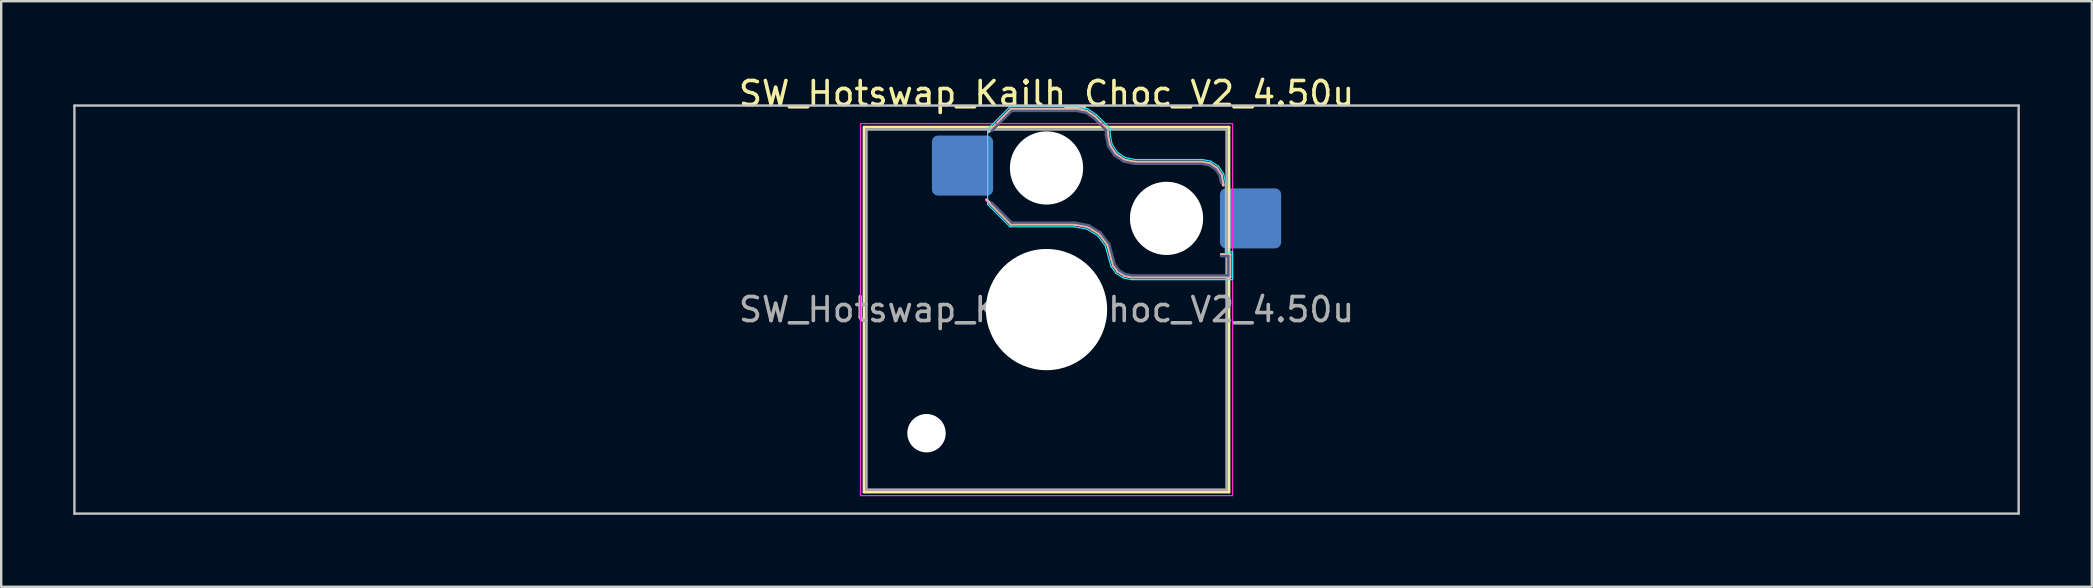
<source format=kicad_pcb>
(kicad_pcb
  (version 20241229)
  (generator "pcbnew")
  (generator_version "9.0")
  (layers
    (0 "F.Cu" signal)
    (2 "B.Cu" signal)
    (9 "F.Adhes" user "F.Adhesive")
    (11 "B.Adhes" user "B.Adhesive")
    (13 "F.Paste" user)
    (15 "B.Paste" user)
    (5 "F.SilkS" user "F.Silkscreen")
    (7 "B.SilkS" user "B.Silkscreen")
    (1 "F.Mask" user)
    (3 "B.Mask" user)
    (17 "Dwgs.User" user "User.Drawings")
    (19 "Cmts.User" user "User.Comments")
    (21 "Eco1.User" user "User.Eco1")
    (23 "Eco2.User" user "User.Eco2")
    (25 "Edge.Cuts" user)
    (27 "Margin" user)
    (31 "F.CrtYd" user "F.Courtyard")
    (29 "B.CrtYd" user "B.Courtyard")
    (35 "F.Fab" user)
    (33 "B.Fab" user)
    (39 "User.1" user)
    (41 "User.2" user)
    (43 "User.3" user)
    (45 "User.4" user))
  (footprint "SW_Hotswap_Kailh_Choc_V2_4.50u"
    (layer "F.Cu")
    (at 40.55 9.848)
    (property "Reference" "SW_Hotswap_Kailh_Choc_V2_4.50u" (at 0 -9 0) (layer "F.SilkS") (effects (font (size 1 1) (thickness 0.15))))
    (attr smd)
    (fp_line (start -7.6 -7.6) (end -7.6 7.6) (stroke (width 0.12) (type solid)) (layer "F.SilkS"))
    (fp_line (start -7.6 7.6) (end 7.6 7.6) (stroke (width 0.12) (type solid)) (layer "F.SilkS"))
    (fp_line (start 7.6 -7.6) (end -7.6 -7.6) (stroke (width 0.12) (type solid)) (layer "F.SilkS"))
    (fp_line (start 7.6 7.6) (end 7.6 -7.6) (stroke (width 0.12) (type solid)) (layer "F.SilkS"))
    (fp_line (start -2.416 -7.409) (end -1.479 -8.346) (stroke (width 0.12) (type solid)) (layer "B.SilkS"))
    (fp_line (start -1.479 -8.346) (end 1.268 -8.346) (stroke (width 0.12) (type solid)) (layer "B.SilkS"))
    (fp_line (start -1.479 -3.554) (end -2.5 -4.575) (stroke (width 0.12) (type solid)) (layer "B.SilkS"))
    (fp_line (start 1.168 -3.554) (end -1.479 -3.554) (stroke (width 0.12) (type solid)) (layer "B.SilkS"))
    (fp_line (start 1.268 -8.346) (end 1.671 -8.266) (stroke (width 0.12) (type solid)) (layer "B.SilkS"))
    (fp_line (start 1.671 -8.266) (end 2.013 -8.037) (stroke (width 0.12) (type solid)) (layer "B.SilkS"))
    (fp_line (start 1.73 -3.449) (end 1.168 -3.554) (stroke (width 0.12) (type solid)) (layer "B.SilkS"))
    (fp_line (start 2.013 -8.037) (end 2.546 -7.504) (stroke (width 0.12) (type solid)) (layer "B.SilkS"))
    (fp_line (start 2.209 -3.15) (end 1.73 -3.449) (stroke (width 0.12) (type solid)) (layer "B.SilkS"))
    (fp_line (start 2.546 -7.504) (end 2.546 -7.282) (stroke (width 0.12) (type solid)) (layer "B.SilkS"))
    (fp_line (start 2.546 -7.282) (end 2.633 -6.844) (stroke (width 0.12) (type solid)) (layer "B.SilkS"))
    (fp_line (start 2.547 -2.697) (end 2.209 -3.15) (stroke (width 0.12) (type solid)) (layer "B.SilkS"))
    (fp_line (start 2.633 -6.844) (end 2.877 -6.477) (stroke (width 0.12) (type solid)) (layer "B.SilkS"))
    (fp_line (start 2.701 -2.139) (end 2.547 -2.697) (stroke (width 0.12) (type solid)) (layer "B.SilkS"))
    (fp_line (start 2.783 -1.841) (end 2.701 -2.139) (stroke (width 0.12) (type solid)) (layer "B.SilkS"))
    (fp_line (start 2.877 -6.477) (end 3.244 -6.233) (stroke (width 0.12) (type solid)) (layer "B.SilkS"))
    (fp_line (start 2.976 -1.583) (end 2.783 -1.841) (stroke (width 0.12) (type solid)) (layer "B.SilkS"))
    (fp_line (start 3.244 -6.233) (end 3.682 -6.146) (stroke (width 0.12) (type solid)) (layer "B.SilkS"))
    (fp_line (start 3.25 -1.413) (end 2.976 -1.583) (stroke (width 0.12) (type solid)) (layer "B.SilkS"))
    (fp_line (start 3.56 -1.354) (end 3.25 -1.413) (stroke (width 0.12) (type solid)) (layer "B.SilkS"))
    (fp_line (start 3.682 -6.146) (end 6.482 -6.146) (stroke (width 0.12) (type solid)) (layer "B.SilkS"))
    (fp_line (start 6.482 -6.146) (end 6.809 -6.081) (stroke (width 0.12) (type solid)) (layer "B.SilkS"))
    (fp_line (start 6.809 -6.081) (end 7.092 -5.892) (stroke (width 0.12) (type solid)) (layer "B.SilkS"))
    (fp_line (start 7.092 -5.892) (end 7.281 -5.609) (stroke (width 0.12) (type solid)) (layer "B.SilkS"))
    (fp_line (start 7.281 -5.609) (end 7.366 -5.182) (stroke (width 0.12) (type solid)) (layer "B.SilkS"))
    (fp_line (start 7.283 -2.296) (end 7.646 -2.296) (stroke (width 0.12) (type solid)) (layer "B.SilkS"))
    (fp_line (start 7.646 -2.296) (end 7.646 -1.354) (stroke (width 0.12) (type solid)) (layer "B.SilkS"))
    (fp_line (start 7.646 -1.354) (end 3.56 -1.354) (stroke (width 0.12) (type solid)) (layer "B.SilkS"))
    (fp_line (start -40.5 -8.5) (end -40.5 8.5) (stroke (width 0.1) (type solid)) (layer "Dwgs.User"))
    (fp_line (start -40.5 8.5) (end 40.5 8.5) (stroke (width 0.1) (type solid)) (layer "Dwgs.User"))
    (fp_line (start 40.5 -8.5) (end -40.5 -8.5) (stroke (width 0.1) (type solid)) (layer "Dwgs.User"))
    (fp_line (start 40.5 8.5) (end 40.5 -8.5) (stroke (width 0.1) (type solid)) (layer "Dwgs.User"))
    (fp_line (start -7.25 -7.25) (end -7.25 7.25) (stroke (width 0.1) (type solid)) (layer "Eco1.User"))
    (fp_line (start -7.25 7.25) (end 7.25 7.25) (stroke (width 0.1) (type solid)) (layer "Eco1.User"))
    (fp_line (start 7.25 -7.25) (end -7.25 -7.25) (stroke (width 0.1) (type solid)) (layer "Eco1.User"))
    (fp_line (start 7.25 7.25) (end 7.25 -7.25) (stroke (width 0.1) (type solid)) (layer "Eco1.User"))
    (fp_line (start -2.452 -7.523) (end -1.523 -8.452) (stroke (width 0.05) (type solid)) (layer "B.CrtYd"))
    (fp_line (start -2.452 -4.377) (end -2.452 -7.523) (stroke (width 0.05) (type solid)) (layer "B.CrtYd"))
    (fp_line (start -1.523 -8.452) (end 1.278 -8.452) (stroke (width 0.05) (type solid)) (layer "B.CrtYd"))
    (fp_line (start -1.523 -3.448) (end -2.452 -4.377) (stroke (width 0.05) (type solid)) (layer "B.CrtYd"))
    (fp_line (start 1.159 -3.448) (end -1.523 -3.448) (stroke (width 0.05) (type solid)) (layer "B.CrtYd"))
    (fp_line (start 1.278 -8.452) (end 1.712 -8.366) (stroke (width 0.05) (type solid)) (layer "B.CrtYd"))
    (fp_line (start 1.691 -3.348) (end 1.159 -3.448) (stroke (width 0.05) (type solid)) (layer "B.CrtYd"))
    (fp_line (start 1.712 -8.366) (end 2.081 -8.119) (stroke (width 0.05) (type solid)) (layer "B.CrtYd"))
    (fp_line (start 2.081 -8.119) (end 2.652 -7.548) (stroke (width 0.05) (type solid)) (layer "B.CrtYd"))
    (fp_line (start 2.136 -3.071) (end 1.691 -3.348) (stroke (width 0.05) (type solid)) (layer "B.CrtYd"))
    (fp_line (start 2.45 -2.65) (end 2.136 -3.071) (stroke (width 0.05) (type solid)) (layer "B.CrtYd"))
    (fp_line (start 2.599 -2.111) (end 2.45 -2.65) (stroke (width 0.05) (type solid)) (layer "B.CrtYd"))
    (fp_line (start 2.652 -7.548) (end 2.652 -7.292) (stroke (width 0.05) (type solid)) (layer "B.CrtYd"))
    (fp_line (start 2.652 -7.292) (end 2.733 -6.885) (stroke (width 0.05) (type solid)) (layer "B.CrtYd"))
    (fp_line (start 2.687 -1.794) (end 2.599 -2.111) (stroke (width 0.05) (type solid)) (layer "B.CrtYd"))
    (fp_line (start 2.733 -6.885) (end 2.953 -6.553) (stroke (width 0.05) (type solid)) (layer "B.CrtYd"))
    (fp_line (start 2.903 -1.503) (end 2.687 -1.794) (stroke (width 0.05) (type solid)) (layer "B.CrtYd"))
    (fp_line (start 2.953 -6.553) (end 3.285 -6.333) (stroke (width 0.05) (type solid)) (layer "B.CrtYd"))
    (fp_line (start 3.211 -1.312) (end 2.903 -1.503) (stroke (width 0.05) (type solid)) (layer "B.CrtYd"))
    (fp_line (start 3.285 -6.333) (end 3.692 -6.252) (stroke (width 0.05) (type solid)) (layer "B.CrtYd"))
    (fp_line (start 3.55 -1.248) (end 3.211 -1.312) (stroke (width 0.05) (type solid)) (layer "B.CrtYd"))
    (fp_line (start 3.692 -6.252) (end 6.492 -6.252) (stroke (width 0.05) (type solid)) (layer "B.CrtYd"))
    (fp_line (start 6.492 -6.252) (end 6.85 -6.181) (stroke (width 0.05) (type solid)) (layer "B.CrtYd"))
    (fp_line (start 6.85 -6.181) (end 7.168 -5.968) (stroke (width 0.05) (type solid)) (layer "B.CrtYd"))
    (fp_line (start 7.168 -5.968) (end 7.381 -5.65) (stroke (width 0.05) (type solid)) (layer "B.CrtYd"))
    (fp_line (start 7.381 -5.65) (end 7.452 -5.292) (stroke (width 0.05) (type solid)) (layer "B.CrtYd"))
    (fp_line (start 7.452 -5.292) (end 7.452 -2.402) (stroke (width 0.05) (type solid)) (layer "B.CrtYd"))
    (fp_line (start 7.452 -2.402) (end 7.752 -2.402) (stroke (width 0.05) (type solid)) (layer "B.CrtYd"))
    (fp_line (start 7.752 -2.402) (end 7.752 -1.248) (stroke (width 0.05) (type solid)) (layer "B.CrtYd"))
    (fp_line (start 7.752 -1.248) (end 3.55 -1.248) (stroke (width 0.05) (type solid)) (layer "B.CrtYd"))
    (fp_line (start -7.75 -7.75) (end -7.75 7.75) (stroke (width 0.05) (type solid)) (layer "F.CrtYd"))
    (fp_line (start -7.75 7.75) (end 7.75 7.75) (stroke (width 0.05) (type solid)) (layer "F.CrtYd"))
    (fp_line (start 7.75 -7.75) (end -7.75 -7.75) (stroke (width 0.05) (type solid)) (layer "F.CrtYd"))
    (fp_line (start 7.75 7.75) (end 7.75 -7.75) (stroke (width 0.05) (type solid)) (layer "F.CrtYd"))
    (fp_line (start -2.275 -7.45) (end -1.45 -8.275) (stroke (width 0.1) (type solid)) (layer "B.Fab"))
    (fp_line (start -1.45 -8.275) (end 1.261 -8.275) (stroke (width 0.1) (type solid)) (layer "B.Fab"))
    (fp_line (start -1.45 -3.625) (end -2.275 -4.45) (stroke (width 0.1) (type solid)) (layer "B.Fab"))
    (fp_line (start 1.175 -3.625) (end -1.45 -3.625) (stroke (width 0.1) (type solid)) (layer "B.Fab"))
    (fp_line (start 1.261 -8.275) (end 1.643 -8.199) (stroke (width 0.1) (type solid)) (layer "B.Fab"))
    (fp_line (start 1.643 -8.199) (end 1.968 -7.982) (stroke (width 0.1) (type solid)) (layer "B.Fab"))
    (fp_line (start 1.756 -3.516) (end 1.175 -3.625) (stroke (width 0.1) (type solid)) (layer "B.Fab"))
    (fp_line (start 1.968 -7.982) (end 2.475 -7.475) (stroke (width 0.1) (type solid)) (layer "B.Fab"))
    (fp_line (start 2.258 -3.203) (end 1.756 -3.516) (stroke (width 0.1) (type solid)) (layer "B.Fab"))
    (fp_line (start 2.475 -7.475) (end 2.475 -7.275) (stroke (width 0.1) (type solid)) (layer "B.Fab"))
    (fp_line (start 2.475 -7.275) (end 2.566 -6.816) (stroke (width 0.1) (type solid)) (layer "B.Fab"))
    (fp_line (start 2.566 -6.816) (end 2.826 -6.426) (stroke (width 0.1) (type solid)) (layer "B.Fab"))
    (fp_line (start 2.612 -2.729) (end 2.258 -3.203) (stroke (width 0.1) (type solid)) (layer "B.Fab"))
    (fp_line (start 2.769 -2.158) (end 2.612 -2.729) (stroke (width 0.1) (type solid)) (layer "B.Fab"))
    (fp_line (start 2.826 -6.426) (end 3.216 -6.166) (stroke (width 0.1) (type solid)) (layer "B.Fab"))
    (fp_line (start 2.848 -1.873) (end 2.769 -2.158) (stroke (width 0.1) (type solid)) (layer "B.Fab"))
    (fp_line (start 3.025 -1.636) (end 2.848 -1.873) (stroke (width 0.1) (type solid)) (layer "B.Fab"))
    (fp_line (start 3.216 -6.166) (end 3.675 -6.075) (stroke (width 0.1) (type solid)) (layer "B.Fab"))
    (fp_line (start 3.276 -1.48) (end 3.025 -1.636) (stroke (width 0.1) (type solid)) (layer "B.Fab"))
    (fp_line (start 3.567 -1.425) (end 3.276 -1.48) (stroke (width 0.1) (type solid)) (layer "B.Fab"))
    (fp_line (start 3.675 -6.075) (end 6.475 -6.075) (stroke (width 0.1) (type solid)) (layer "B.Fab"))
    (fp_line (start 6.475 -6.075) (end 6.781 -6.014) (stroke (width 0.1) (type solid)) (layer "B.Fab"))
    (fp_line (start 6.781 -6.014) (end 7.041 -5.841) (stroke (width 0.1) (type solid)) (layer "B.Fab"))
    (fp_line (start 7.041 -5.841) (end 7.214 -5.581) (stroke (width 0.1) (type solid)) (layer "B.Fab"))
    (fp_line (start 7.214 -5.581) (end 7.275 -5.275) (stroke (width 0.1) (type solid)) (layer "B.Fab"))
    (fp_line (start 7.275 -2.225) (end 7.575 -2.225) (stroke (width 0.1) (type solid)) (layer "B.Fab"))
    (fp_line (start 7.575 -2.225) (end 7.575 -1.425) (stroke (width 0.1) (type solid)) (layer "B.Fab"))
    (fp_line (start 7.575 -1.425) (end 3.567 -1.425) (stroke (width 0.1) (type solid)) (layer "B.Fab"))
    (fp_line (start -7.5 -7.5) (end -7.5 7.5) (stroke (width 0.1) (type solid)) (layer "F.Fab"))
    (fp_line (start -7.5 7.5) (end 7.5 7.5) (stroke (width 0.1) (type solid)) (layer "F.Fab"))
    (fp_line (start 7.5 -7.5) (end -7.5 -7.5) (stroke (width 0.1) (type solid)) (layer "F.Fab"))
    (fp_line (start 7.5 7.5) (end 7.5 -7.5) (stroke (width 0.1) (type solid)) (layer "F.Fab"))
    (fp_text user "${REFERENCE}" (at 0 0 0) (layer "F.Fab") (effects (font (size 1 1) (thickness 0.15))))
    (pad "" np_thru_hole circle (at -5 5.15) (size 1.6 1.6) (drill 1.6) (layers "*.Cu" "*.Mask"))
    (pad "" np_thru_hole circle (at 0 -5.9) (size 3.05 3.05) (drill 3.05) (layers "*.Cu" "*.Mask"))
    (pad "" np_thru_hole circle (at 0 0) (size 5.05 5.05) (drill 5.05) (layers "*.Cu" "*.Mask"))
    (pad "" np_thru_hole circle (at 5 -3.8) (size 3.05 3.05) (drill 3.05) (layers "*.Cu" "*.Mask"))
    (pad "1" smd roundrect (at -3.5 -6) (size 2.55 2.5) (layers "B.Cu" "B.Mask" "B.Paste") (roundrect_rratio 0.1))
    (pad "2" smd roundrect (at 8.5 -3.8) (size 2.55 2.5) (layers "B.Cu" "B.Mask" "B.Paste") (roundrect_rratio 0.1)))
  (gr_rect
    (start -3 -3)
    (end 84.1 21.398)
    (stroke (width 0.1) (type default))
    (fill no)
    (layer "Edge.Cuts")))
</source>
